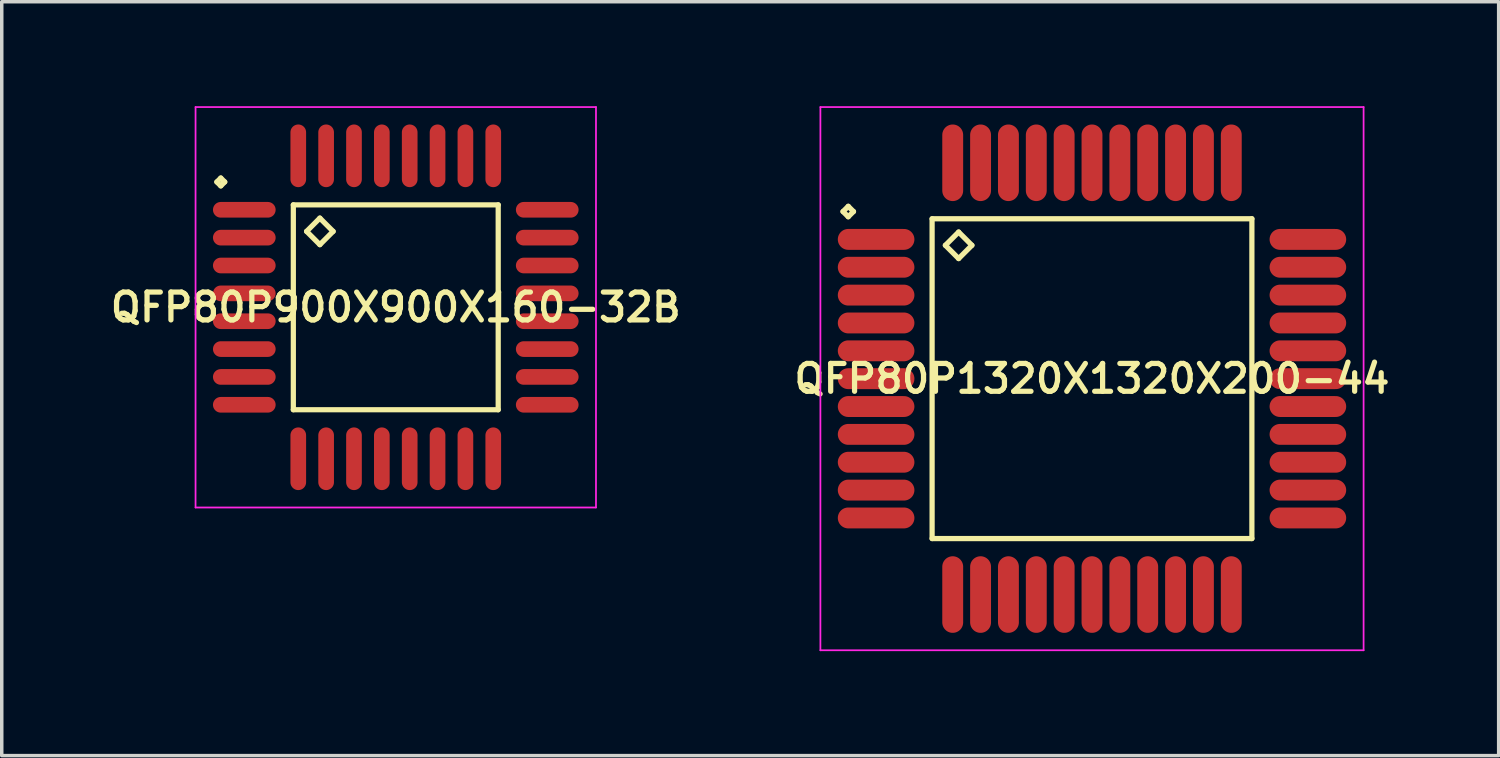
<source format=kicad_pcb>
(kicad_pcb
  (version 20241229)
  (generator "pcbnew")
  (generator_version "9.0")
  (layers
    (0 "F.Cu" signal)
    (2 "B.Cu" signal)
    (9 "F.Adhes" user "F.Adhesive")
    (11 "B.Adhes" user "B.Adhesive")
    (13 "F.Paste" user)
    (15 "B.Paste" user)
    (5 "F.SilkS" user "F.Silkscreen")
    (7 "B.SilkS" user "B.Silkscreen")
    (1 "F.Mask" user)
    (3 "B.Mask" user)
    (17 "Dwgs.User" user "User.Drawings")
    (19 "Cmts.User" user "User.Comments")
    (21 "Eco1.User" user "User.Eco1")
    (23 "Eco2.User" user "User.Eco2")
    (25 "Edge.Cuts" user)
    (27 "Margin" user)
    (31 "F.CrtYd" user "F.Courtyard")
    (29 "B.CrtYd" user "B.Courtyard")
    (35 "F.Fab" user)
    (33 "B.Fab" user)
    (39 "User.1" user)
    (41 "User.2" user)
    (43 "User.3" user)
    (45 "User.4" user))
  (footprint "QFP80P1320X1320X200-44"
    (layer "F.Cu")
    (at 28.311 7.825)
    (property "Reference" "QFP80P1320X1320X200-44" (at 0 0 0) (layer "F.SilkS") (effects (font (size 0.8 0.8) (thickness 0.15))))
    (attr smd)
    (fp_line (start -7.15 -4.8) (end -7 -4.95) (stroke (width 0.15) (type solid)) (layer "F.SilkS"))
    (fp_line (start -7 -4.95) (end -6.85 -4.8) (stroke (width 0.15) (type solid)) (layer "F.SilkS"))
    (fp_line (start -7 -4.65) (end -7.15 -4.8) (stroke (width 0.15) (type solid)) (layer "F.SilkS"))
    (fp_line (start -6.85 -4.8) (end -7 -4.65) (stroke (width 0.15) (type solid)) (layer "F.SilkS"))
    (fp_line (start -4.592 -4.592) (end -4.592 4.592) (stroke (width 0.15) (type solid)) (layer "F.SilkS"))
    (fp_line (start -4.592 4.592) (end 4.592 4.592) (stroke (width 0.15) (type solid)) (layer "F.SilkS"))
    (fp_line (start -4.211 -3.83) (end -3.83 -4.211) (stroke (width 0.15) (type solid)) (layer "F.SilkS"))
    (fp_line (start -3.83 -4.211) (end -3.449 -3.83) (stroke (width 0.15) (type solid)) (layer "F.SilkS"))
    (fp_line (start -3.83 -3.449) (end -4.211 -3.83) (stroke (width 0.15) (type solid)) (layer "F.SilkS"))
    (fp_line (start -3.449 -3.83) (end -3.83 -3.449) (stroke (width 0.15) (type solid)) (layer "F.SilkS"))
    (fp_line (start 4.592 -4.592) (end -4.592 -4.592) (stroke (width 0.15) (type solid)) (layer "F.SilkS"))
    (fp_line (start 4.592 4.592) (end 4.592 -4.592) (stroke (width 0.15) (type solid)) (layer "F.SilkS"))
    (fp_line (start -7.8 -7.8) (end 7.8 -7.8) (stroke (width 0.05) (type solid)) (layer "F.CrtYd"))
    (fp_line (start -7.8 7.8) (end -7.8 -7.8) (stroke (width 0.05) (type solid)) (layer "F.CrtYd"))
    (fp_line (start 7.8 -7.8) (end 7.8 7.8) (stroke (width 0.05) (type solid)) (layer "F.CrtYd"))
    (fp_line (start 7.8 7.8) (end -7.8 7.8) (stroke (width 0.05) (type solid)) (layer "F.CrtYd"))
    (pad "1" smd oval (at -6.2 -4) (size 2.2 0.6) (layers "F.Cu" "F.Mask" "F.Paste"))
    (pad "2" smd oval (at -6.2 -3.2) (size 2.2 0.6) (layers "F.Cu" "F.Mask" "F.Paste"))
    (pad "3" smd oval (at -6.2 -2.4) (size 2.2 0.6) (layers "F.Cu" "F.Mask" "F.Paste"))
    (pad "4" smd oval (at -6.2 -1.6) (size 2.2 0.6) (layers "F.Cu" "F.Mask" "F.Paste"))
    (pad "5" smd oval (at -6.2 -0.8) (size 2.2 0.6) (layers "F.Cu" "F.Mask" "F.Paste"))
    (pad "6" smd oval (at -6.2 0) (size 2.2 0.6) (layers "F.Cu" "F.Mask" "F.Paste"))
    (pad "7" smd oval (at -6.2 0.8) (size 2.2 0.6) (layers "F.Cu" "F.Mask" "F.Paste"))
    (pad "8" smd oval (at -6.2 1.6) (size 2.2 0.6) (layers "F.Cu" "F.Mask" "F.Paste"))
    (pad "9" smd oval (at -6.2 2.4) (size 2.2 0.6) (layers "F.Cu" "F.Mask" "F.Paste"))
    (pad "10" smd oval (at -6.2 3.2) (size 2.2 0.6) (layers "F.Cu" "F.Mask" "F.Paste"))
    (pad "11" smd oval (at -6.2 4) (size 2.2 0.6) (layers "F.Cu" "F.Mask" "F.Paste"))
    (pad "12" smd oval (at -4 6.2) (size 0.6 2.2) (layers "F.Cu" "F.Mask" "F.Paste"))
    (pad "13" smd oval (at -3.2 6.2) (size 0.6 2.2) (layers "F.Cu" "F.Mask" "F.Paste"))
    (pad "14" smd oval (at -2.4 6.2) (size 0.6 2.2) (layers "F.Cu" "F.Mask" "F.Paste"))
    (pad "15" smd oval (at -1.6 6.2) (size 0.6 2.2) (layers "F.Cu" "F.Mask" "F.Paste"))
    (pad "16" smd oval (at -0.8 6.2) (size 0.6 2.2) (layers "F.Cu" "F.Mask" "F.Paste"))
    (pad "17" smd oval (at 0 6.2) (size 0.6 2.2) (layers "F.Cu" "F.Mask" "F.Paste"))
    (pad "18" smd oval (at 0.8 6.2) (size 0.6 2.2) (layers "F.Cu" "F.Mask" "F.Paste"))
    (pad "19" smd oval (at 1.6 6.2) (size 0.6 2.2) (layers "F.Cu" "F.Mask" "F.Paste"))
    (pad "20" smd oval (at 2.4 6.2) (size 0.6 2.2) (layers "F.Cu" "F.Mask" "F.Paste"))
    (pad "21" smd oval (at 3.2 6.2) (size 0.6 2.2) (layers "F.Cu" "F.Mask" "F.Paste"))
    (pad "22" smd oval (at 4 6.2) (size 0.6 2.2) (layers "F.Cu" "F.Mask" "F.Paste"))
    (pad "23" smd oval (at 6.2 4) (size 2.2 0.6) (layers "F.Cu" "F.Mask" "F.Paste"))
    (pad "24" smd oval (at 6.2 3.2) (size 2.2 0.6) (layers "F.Cu" "F.Mask" "F.Paste"))
    (pad "25" smd oval (at 6.2 2.4) (size 2.2 0.6) (layers "F.Cu" "F.Mask" "F.Paste"))
    (pad "26" smd oval (at 6.2 1.6) (size 2.2 0.6) (layers "F.Cu" "F.Mask" "F.Paste"))
    (pad "27" smd oval (at 6.2 0.8) (size 2.2 0.6) (layers "F.Cu" "F.Mask" "F.Paste"))
    (pad "28" smd oval (at 6.2 0) (size 2.2 0.6) (layers "F.Cu" "F.Mask" "F.Paste"))
    (pad "29" smd oval (at 6.2 -0.8) (size 2.2 0.6) (layers "F.Cu" "F.Mask" "F.Paste"))
    (pad "30" smd oval (at 6.2 -1.6) (size 2.2 0.6) (layers "F.Cu" "F.Mask" "F.Paste"))
    (pad "31" smd oval (at 6.2 -2.4) (size 2.2 0.6) (layers "F.Cu" "F.Mask" "F.Paste"))
    (pad "32" smd oval (at 6.2 -3.2) (size 2.2 0.6) (layers "F.Cu" "F.Mask" "F.Paste"))
    (pad "33" smd oval (at 6.2 -4) (size 2.2 0.6) (layers "F.Cu" "F.Mask" "F.Paste"))
    (pad "34" smd oval (at 4 -6.2) (size 0.6 2.2) (layers "F.Cu" "F.Mask" "F.Paste"))
    (pad "35" smd oval (at 3.2 -6.2) (size 0.6 2.2) (layers "F.Cu" "F.Mask" "F.Paste"))
    (pad "36" smd oval (at 2.4 -6.2) (size 0.6 2.2) (layers "F.Cu" "F.Mask" "F.Paste"))
    (pad "37" smd oval (at 1.6 -6.2) (size 0.6 2.2) (layers "F.Cu" "F.Mask" "F.Paste"))
    (pad "38" smd oval (at 0.8 -6.2) (size 0.6 2.2) (layers "F.Cu" "F.Mask" "F.Paste"))
    (pad "39" smd oval (at 0 -6.2) (size 0.6 2.2) (layers "F.Cu" "F.Mask" "F.Paste"))
    (pad "40" smd oval (at -0.8 -6.2) (size 0.6 2.2) (layers "F.Cu" "F.Mask" "F.Paste"))
    (pad "41" smd oval (at -1.6 -6.2) (size 0.6 2.2) (layers "F.Cu" "F.Mask" "F.Paste"))
    (pad "42" smd oval (at -2.4 -6.2) (size 0.6 2.2) (layers "F.Cu" "F.Mask" "F.Paste"))
    (pad "43" smd oval (at -3.2 -6.2) (size 0.6 2.2) (layers "F.Cu" "F.Mask" "F.Paste"))
    (pad "44" smd oval (at -4 -6.2) (size 0.6 2.2) (layers "F.Cu" "F.Mask" "F.Paste")))
  (footprint "QFP80P900X900X160-32B"
    (layer "F.Cu")
    (at 8.316 5.775)
    (property "Reference" "QFP80P900X900X160-32B" (at 0 0 0) (layer "F.SilkS") (effects (font (size 0.8 0.8) (thickness 0.15))))
    (attr smd)
    (fp_line (start -5.138 -3.6) (end -5.025 -3.712) (stroke (width 0.15) (type solid)) (layer "F.SilkS"))
    (fp_line (start -5.025 -3.712) (end -4.912 -3.6) (stroke (width 0.15) (type solid)) (layer "F.SilkS"))
    (fp_line (start -5.025 -3.487) (end -5.138 -3.6) (stroke (width 0.15) (type solid)) (layer "F.SilkS"))
    (fp_line (start -4.912 -3.6) (end -5.025 -3.487) (stroke (width 0.15) (type solid)) (layer "F.SilkS"))
    (fp_line (start -2.942 -2.942) (end -2.942 2.942) (stroke (width 0.15) (type solid)) (layer "F.SilkS"))
    (fp_line (start -2.942 2.942) (end 2.942 2.942) (stroke (width 0.15) (type solid)) (layer "F.SilkS"))
    (fp_line (start -2.561 -2.18) (end -2.18 -2.561) (stroke (width 0.15) (type solid)) (layer "F.SilkS"))
    (fp_line (start -2.18 -2.561) (end -1.799 -2.18) (stroke (width 0.15) (type solid)) (layer "F.SilkS"))
    (fp_line (start -2.18 -1.799) (end -2.561 -2.18) (stroke (width 0.15) (type solid)) (layer "F.SilkS"))
    (fp_line (start -1.799 -2.18) (end -2.18 -1.799) (stroke (width 0.15) (type solid)) (layer "F.SilkS"))
    (fp_line (start 2.942 -2.942) (end -2.942 -2.942) (stroke (width 0.15) (type solid)) (layer "F.SilkS"))
    (fp_line (start 2.942 2.942) (end 2.942 -2.942) (stroke (width 0.15) (type solid)) (layer "F.SilkS"))
    (fp_line (start -5.75 -5.75) (end 5.75 -5.75) (stroke (width 0.05) (type solid)) (layer "F.CrtYd"))
    (fp_line (start -5.75 5.75) (end -5.75 -5.75) (stroke (width 0.05) (type solid)) (layer "F.CrtYd"))
    (fp_line (start 5.75 -5.75) (end 5.75 5.75) (stroke (width 0.05) (type solid)) (layer "F.CrtYd"))
    (fp_line (start 5.75 5.75) (end -5.75 5.75) (stroke (width 0.05) (type solid)) (layer "F.CrtYd"))
    (pad "1" smd oval (at -4.35 -2.8) (size 1.8 0.45) (layers "F.Cu" "F.Mask" "F.Paste"))
    (pad "2" smd oval (at -4.35 -2) (size 1.8 0.45) (layers "F.Cu" "F.Mask" "F.Paste"))
    (pad "3" smd oval (at -4.35 -1.2) (size 1.8 0.45) (layers "F.Cu" "F.Mask" "F.Paste"))
    (pad "4" smd oval (at -4.35 -0.4) (size 1.8 0.45) (layers "F.Cu" "F.Mask" "F.Paste"))
    (pad "5" smd oval (at -4.35 0.4) (size 1.8 0.45) (layers "F.Cu" "F.Mask" "F.Paste"))
    (pad "6" smd oval (at -4.35 1.2) (size 1.8 0.45) (layers "F.Cu" "F.Mask" "F.Paste"))
    (pad "7" smd oval (at -4.35 2) (size 1.8 0.45) (layers "F.Cu" "F.Mask" "F.Paste"))
    (pad "8" smd oval (at -4.35 2.8) (size 1.8 0.45) (layers "F.Cu" "F.Mask" "F.Paste"))
    (pad "9" smd oval (at -2.8 4.35) (size 0.45 1.8) (layers "F.Cu" "F.Mask" "F.Paste"))
    (pad "10" smd oval (at -2 4.35) (size 0.45 1.8) (layers "F.Cu" "F.Mask" "F.Paste"))
    (pad "11" smd oval (at -1.2 4.35) (size 0.45 1.8) (layers "F.Cu" "F.Mask" "F.Paste"))
    (pad "12" smd oval (at -0.4 4.35) (size 0.45 1.8) (layers "F.Cu" "F.Mask" "F.Paste"))
    (pad "13" smd oval (at 0.4 4.35) (size 0.45 1.8) (layers "F.Cu" "F.Mask" "F.Paste"))
    (pad "14" smd oval (at 1.2 4.35) (size 0.45 1.8) (layers "F.Cu" "F.Mask" "F.Paste"))
    (pad "15" smd oval (at 2 4.35) (size 0.45 1.8) (layers "F.Cu" "F.Mask" "F.Paste"))
    (pad "16" smd oval (at 2.8 4.35) (size 0.45 1.8) (layers "F.Cu" "F.Mask" "F.Paste"))
    (pad "17" smd oval (at 4.35 2.8) (size 1.8 0.45) (layers "F.Cu" "F.Mask" "F.Paste"))
    (pad "18" smd oval (at 4.35 2) (size 1.8 0.45) (layers "F.Cu" "F.Mask" "F.Paste"))
    (pad "19" smd oval (at 4.35 1.2) (size 1.8 0.45) (layers "F.Cu" "F.Mask" "F.Paste"))
    (pad "20" smd oval (at 4.35 0.4) (size 1.8 0.45) (layers "F.Cu" "F.Mask" "F.Paste"))
    (pad "21" smd oval (at 4.35 -0.4) (size 1.8 0.45) (layers "F.Cu" "F.Mask" "F.Paste"))
    (pad "22" smd oval (at 4.35 -1.2) (size 1.8 0.45) (layers "F.Cu" "F.Mask" "F.Paste"))
    (pad "23" smd oval (at 4.35 -2) (size 1.8 0.45) (layers "F.Cu" "F.Mask" "F.Paste"))
    (pad "24" smd oval (at 4.35 -2.8) (size 1.8 0.45) (layers "F.Cu" "F.Mask" "F.Paste"))
    (pad "25" smd oval (at 2.8 -4.35) (size 0.45 1.8) (layers "F.Cu" "F.Mask" "F.Paste"))
    (pad "26" smd oval (at 2 -4.35) (size 0.45 1.8) (layers "F.Cu" "F.Mask" "F.Paste"))
    (pad "27" smd oval (at 1.2 -4.35) (size 0.45 1.8) (layers "F.Cu" "F.Mask" "F.Paste"))
    (pad "28" smd oval (at 0.4 -4.35) (size 0.45 1.8) (layers "F.Cu" "F.Mask" "F.Paste"))
    (pad "29" smd oval (at -0.4 -4.35) (size 0.45 1.8) (layers "F.Cu" "F.Mask" "F.Paste"))
    (pad "30" smd oval (at -1.2 -4.35) (size 0.45 1.8) (layers "F.Cu" "F.Mask" "F.Paste"))
    (pad "31" smd oval (at -2 -4.35) (size 0.45 1.8) (layers "F.Cu" "F.Mask" "F.Paste"))
    (pad "32" smd oval (at -2.8 -4.35) (size 0.45 1.8) (layers "F.Cu" "F.Mask" "F.Paste")))
  (gr_rect
    (start -3 -3)
    (end 39.99 18.65)
    (stroke (width 0.1) (type default))
    (fill no)
    (layer "Edge.Cuts")))
</source>
